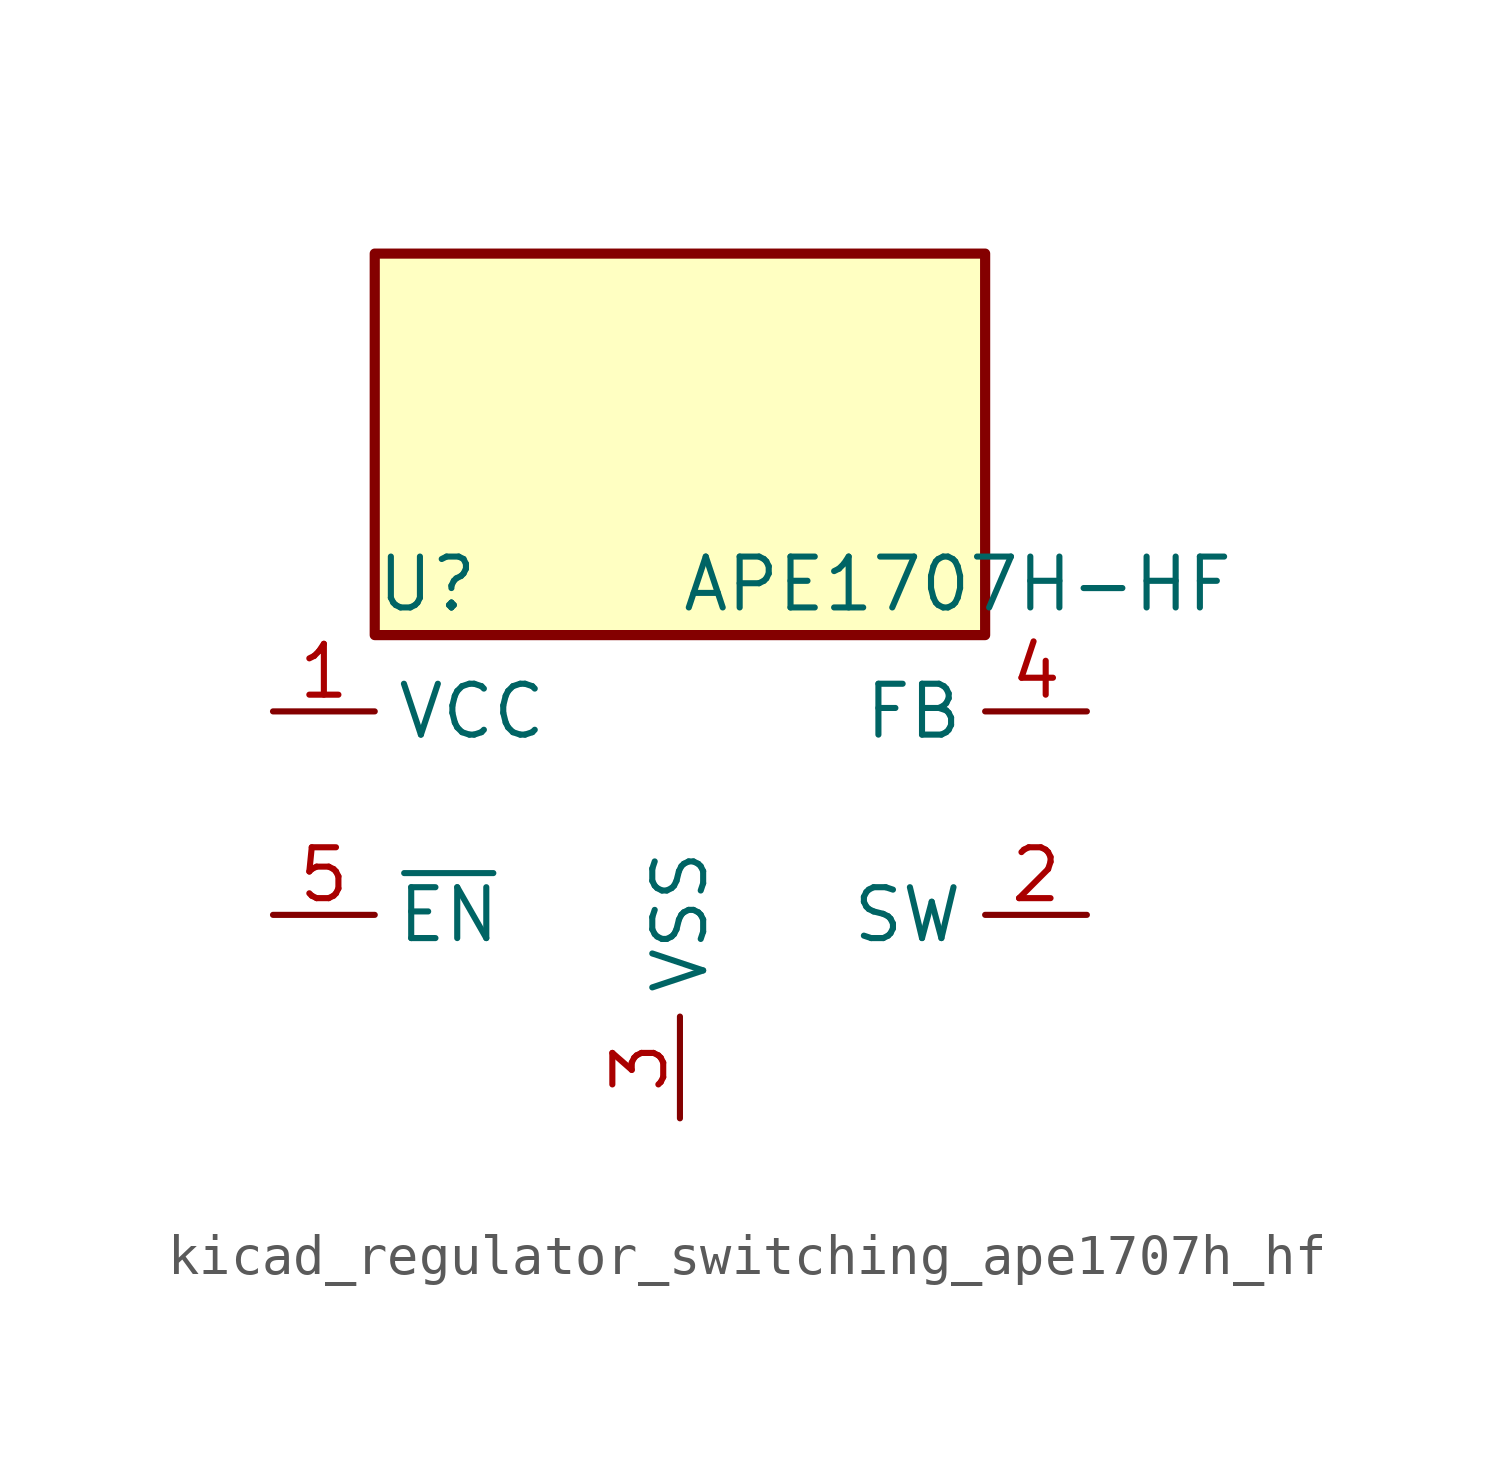
<source format=kicad_sym>
(kicad_symbol_lib
  (version 20220914)
  (generator kicad_symbol_editor)
  (symbol "kicad_regulator_switching_ape1707h_hf"
    (property "Reference" "U"
      (at -7.62 5.715 0)
      (effects (font (size 1.27 1.27)) (justify left)))
    (property "Value" "APE1707H-HF"
      (at 0 5.715 0)
      (effects (font (size 1.27 1.27)) (justify left)))
    (symbol "kicad_regulator_switching_ape1707h_hf_0_1"
      (rectangle (start 7.62 13.97) (end -7.62 4.445) (stroke (width 0.254) (type default)) (fill (type background))))
    (symbol "kicad_regulator_switching_ape1707h_hf_1_1"
      (pin power_in line (at -10.16 2.54 0) (length 2.54) (name "VCC" (effects (font (size 1.27 1.27)))) (number "1" (effects (font (size 1.27 1.27)))))
      (pin output line (at 10.16 -2.54 180) (length 2.54) (name "SW" (effects (font (size 1.27 1.27)))) (number "2" (effects (font (size 1.27 1.27)))))
      (pin power_in line (at 0 -7.62 90) (length 2.54) (name "VSS" (effects (font (size 1.27 1.27)))) (number "3" (effects (font (size 1.27 1.27)))))
      (pin input line (at 10.16 2.54 180) (length 2.54) (name "FB" (effects (font (size 1.27 1.27)))) (number "4" (effects (font (size 1.27 1.27)))))
      (pin input line (at -10.16 -2.54 0) (length 2.54) (name "~{EN}" (effects (font (size 1.27 1.27)))) (number "5" (effects (font (size 1.27 1.27))))))))
</source>
